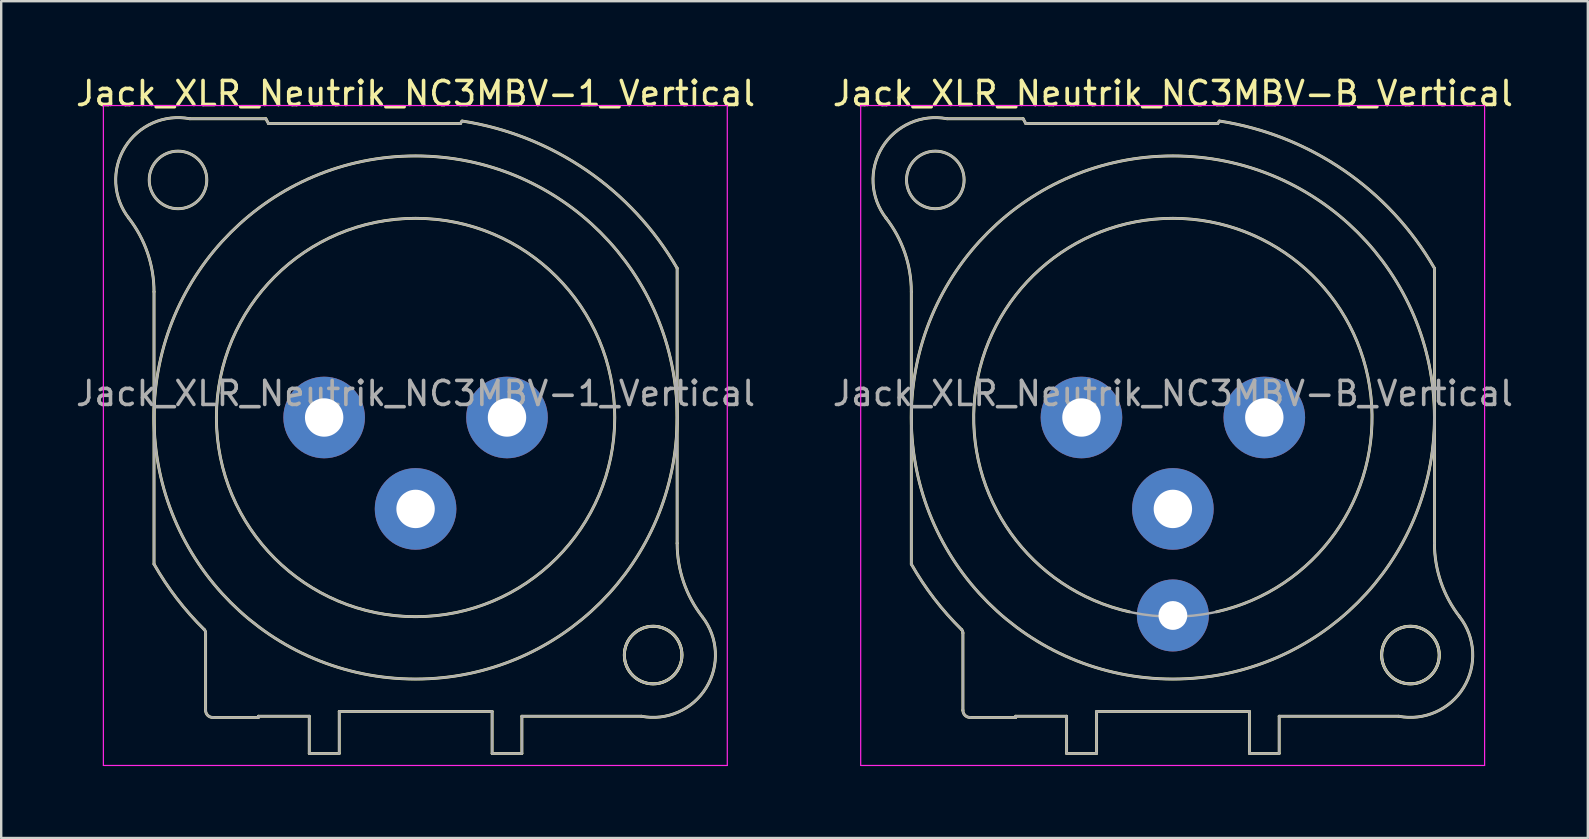
<source format=kicad_pcb>
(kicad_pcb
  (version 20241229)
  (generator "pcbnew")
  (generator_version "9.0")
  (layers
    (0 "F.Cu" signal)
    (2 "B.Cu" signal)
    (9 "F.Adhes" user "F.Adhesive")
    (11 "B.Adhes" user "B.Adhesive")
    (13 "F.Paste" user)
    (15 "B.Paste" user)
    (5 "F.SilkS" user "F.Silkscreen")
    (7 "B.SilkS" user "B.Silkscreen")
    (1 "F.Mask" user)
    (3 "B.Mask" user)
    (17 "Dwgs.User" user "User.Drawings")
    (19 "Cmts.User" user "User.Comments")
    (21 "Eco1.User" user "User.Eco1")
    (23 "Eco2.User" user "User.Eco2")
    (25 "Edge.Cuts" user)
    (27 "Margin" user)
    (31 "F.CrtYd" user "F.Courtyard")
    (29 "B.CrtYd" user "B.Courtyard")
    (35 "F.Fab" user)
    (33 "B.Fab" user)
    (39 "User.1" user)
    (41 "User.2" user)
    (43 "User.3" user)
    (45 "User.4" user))
  (footprint "Jack_XLR_Neutrik_NC3MBV-1_Vertical"
    (layer "F.Cu")
    (at 10.458 14.348)
    (property "Reference" "Jack_XLR_Neutrik_NC3MBV-1_Vertical" (at 3.81 -13.5 0) (layer "F.SilkS") (effects (font (size 1 1) (thickness 0.15))))
    (attr through_hole)
    (fp_line (start -7.09 -5.24) (end -7.09 6.11) (stroke (width 0.12) (type solid)) (layer "F.SilkS"))
    (fp_line (start -4.94 12.2) (end -4.94 8.98) (stroke (width 0.12) (type solid)) (layer "F.SilkS"))
    (fp_line (start -4.64 12.5) (end -2.74 12.5) (stroke (width 0.12) (type solid)) (layer "F.SilkS"))
    (fp_line (start -2.74 12.45) (end -0.62 12.45) (stroke (width 0.12) (type solid)) (layer "F.SilkS"))
    (fp_line (start -2.74 12.5) (end -2.74 12.45) (stroke (width 0.12) (type solid)) (layer "F.SilkS"))
    (fp_line (start -2.43 -12.45) (end -5.6 -12.45) (stroke (width 0.12) (type solid)) (layer "F.SilkS"))
    (fp_line (start -2.32 -12.25) (end -2.43 -12.45) (stroke (width 0.12) (type solid)) (layer "F.SilkS"))
    (fp_line (start -0.62 12.45) (end -0.62 14) (stroke (width 0.12) (type solid)) (layer "F.SilkS"))
    (fp_line (start 0.63 12.25) (end 0.63 14) (stroke (width 0.12) (type solid)) (layer "F.SilkS"))
    (fp_line (start 0.63 12.25) (end 7 12.25) (stroke (width 0.12) (type solid)) (layer "F.SilkS"))
    (fp_line (start 0.63 14) (end -0.62 14) (stroke (width 0.12) (type solid)) (layer "F.SilkS"))
    (fp_line (start 5.68 -12.25) (end -2.32 -12.25) (stroke (width 0.12) (type solid)) (layer "F.SilkS"))
    (fp_line (start 5.74 -12.35) (end 5.68 -12.25) (stroke (width 0.12) (type solid)) (layer "F.SilkS"))
    (fp_line (start 7 12.25) (end 7 14) (stroke (width 0.12) (type solid)) (layer "F.SilkS"))
    (fp_line (start 8.24 12.45) (end 8.24 14) (stroke (width 0.12) (type solid)) (layer "F.SilkS"))
    (fp_line (start 8.24 12.45) (end 13.22 12.45) (stroke (width 0.12) (type solid)) (layer "F.SilkS"))
    (fp_line (start 8.24 14) (end 7 14) (stroke (width 0.12) (type solid)) (layer "F.SilkS"))
    (fp_line (start 14.71 5.24) (end 14.71 -6.22) (stroke (width 0.12) (type solid)) (layer "F.SilkS"))
    (fp_arc (start -8.14458 -8.311426) (mid -7.360989 -6.863715) (end -7.09 -5.24) (stroke (width 0.12) (type solid)) (layer "F.SilkS"))
    (fp_arc (start -8.141124 -8.307677) (mid -8.303366 -11.257798) (end -5.6 -12.45) (stroke (width 0.12) (type solid)) (layer "F.SilkS"))
    (fp_arc (start -4.999944 8.832139) (mid -4.954594 8.899835) (end -4.94 8.98) (stroke (width 0.12) (type solid)) (layer "F.SilkS"))
    (fp_arc (start -4.999718 8.833849) (mid -6.1389 7.544091) (end -7.09 6.11) (stroke (width 0.12) (type solid)) (layer "F.SilkS"))
    (fp_arc (start -4.64 12.5) (mid -4.852132 12.412132) (end -4.94 12.2) (stroke (width 0.12) (type solid)) (layer "F.SilkS"))
    (fp_arc (start 5.753207 -12.354269) (mid 10.928439 -10.304601) (end 14.71 -6.22) (stroke (width 0.12) (type solid)) (layer "F.SilkS"))
    (fp_arc (start 15.761124 8.307677) (mid 15.923366 11.257798) (end 13.22 12.45) (stroke (width 0.12) (type solid)) (layer "F.SilkS"))
    (fp_arc (start 15.76458 8.311426) (mid 14.980989 6.863715) (end 14.71 5.24) (stroke (width 0.12) (type solid)) (layer "F.SilkS"))
    (fp_circle (center -6.09 -9.9) (end -4.89 -9.9) (stroke (width 0.12) (type solid)) (fill no) (layer "F.SilkS"))
    (fp_circle (center 3.81 0) (end 12.11 0) (stroke (width 0.12) (type solid)) (fill no) (layer "F.SilkS"))
    (fp_circle (center 3.81 0) (end 14.71 0) (stroke (width 0.12) (type solid)) (fill no) (layer "F.SilkS"))
    (fp_circle (center 13.71 9.9) (end 14.91 9.9) (stroke (width 0.12) (type solid)) (fill no) (layer "F.SilkS"))
    (fp_circle (center 13.71 9.9) (end 14.91 9.9) (stroke (width 0.12) (type solid)) (fill no) (layer "F.SilkS"))
    (fp_line (start -9.2 -13) (end 16.8 -13) (stroke (width 0.05) (type solid)) (layer "F.CrtYd"))
    (fp_line (start -9.2 14.5) (end -9.2 -13) (stroke (width 0.05) (type solid)) (layer "F.CrtYd"))
    (fp_line (start 16.8 -13) (end 16.8 14.5) (stroke (width 0.05) (type solid)) (layer "F.CrtYd"))
    (fp_line (start 16.8 14.5) (end -9.2 14.5) (stroke (width 0.05) (type solid)) (layer "F.CrtYd"))
    (fp_line (start -7.09 -5.24) (end -7.09 6.11) (stroke (width 0.1) (type solid)) (layer "F.Fab"))
    (fp_line (start -4.94 12.2) (end -4.94 8.98) (stroke (width 0.1) (type solid)) (layer "F.Fab"))
    (fp_line (start -4.64 12.5) (end -2.74 12.5) (stroke (width 0.1) (type solid)) (layer "F.Fab"))
    (fp_line (start -2.74 12.45) (end -0.62 12.45) (stroke (width 0.1) (type solid)) (layer "F.Fab"))
    (fp_line (start -2.74 12.5) (end -2.74 12.45) (stroke (width 0.1) (type solid)) (layer "F.Fab"))
    (fp_line (start -2.43 -12.45) (end -5.6 -12.45) (stroke (width 0.1) (type solid)) (layer "F.Fab"))
    (fp_line (start -2.32 -12.25) (end -2.43 -12.45) (stroke (width 0.1) (type solid)) (layer "F.Fab"))
    (fp_line (start -0.62 12.45) (end -0.62 14) (stroke (width 0.1) (type solid)) (layer "F.Fab"))
    (fp_line (start 0.63 12.25) (end 0.63 14) (stroke (width 0.1) (type solid)) (layer "F.Fab"))
    (fp_line (start 0.63 12.25) (end 7 12.25) (stroke (width 0.1) (type solid)) (layer "F.Fab"))
    (fp_line (start 0.63 14) (end -0.62 14) (stroke (width 0.1) (type solid)) (layer "F.Fab"))
    (fp_line (start 5.68 -12.25) (end -2.32 -12.25) (stroke (width 0.1) (type solid)) (layer "F.Fab"))
    (fp_line (start 5.74 -12.35) (end 5.68 -12.25) (stroke (width 0.1) (type solid)) (layer "F.Fab"))
    (fp_line (start 7 12.25) (end 7 14) (stroke (width 0.1) (type solid)) (layer "F.Fab"))
    (fp_line (start 8.24 12.45) (end 8.24 14) (stroke (width 0.1) (type solid)) (layer "F.Fab"))
    (fp_line (start 8.24 12.45) (end 13.22 12.45) (stroke (width 0.1) (type solid)) (layer "F.Fab"))
    (fp_line (start 8.24 14) (end 7 14) (stroke (width 0.1) (type solid)) (layer "F.Fab"))
    (fp_line (start 14.71 5.24) (end 14.71 -6.22) (stroke (width 0.1) (type solid)) (layer "F.Fab"))
    (fp_arc (start -8.14458 -8.311426) (mid -7.360989 -6.863715) (end -7.09 -5.24) (stroke (width 0.1) (type solid)) (layer "F.Fab"))
    (fp_arc (start -8.141124 -8.307677) (mid -8.303366 -11.257798) (end -5.6 -12.45) (stroke (width 0.1) (type solid)) (layer "F.Fab"))
    (fp_arc (start -4.999944 8.832139) (mid -4.954594 8.899835) (end -4.94 8.98) (stroke (width 0.1) (type solid)) (layer "F.Fab"))
    (fp_arc (start -4.999718 8.833849) (mid -6.1389 7.544091) (end -7.09 6.11) (stroke (width 0.1) (type solid)) (layer "F.Fab"))
    (fp_arc (start -4.64 12.5) (mid -4.852132 12.412132) (end -4.94 12.2) (stroke (width 0.1) (type solid)) (layer "F.Fab"))
    (fp_arc (start 5.753207 -12.354269) (mid 10.928439 -10.304601) (end 14.71 -6.22) (stroke (width 0.1) (type solid)) (layer "F.Fab"))
    (fp_arc (start 15.761124 8.307677) (mid 15.923366 11.257798) (end 13.22 12.45) (stroke (width 0.1) (type solid)) (layer "F.Fab"))
    (fp_arc (start 15.76458 8.311426) (mid 14.980989 6.863715) (end 14.71 5.24) (stroke (width 0.1) (type solid)) (layer "F.Fab"))
    (fp_circle (center -6.09 -9.9) (end -4.89 -9.9) (stroke (width 0.1) (type solid)) (fill no) (layer "F.Fab"))
    (fp_circle (center 3.81 0) (end 12.11 0) (stroke (width 0.1) (type solid)) (fill no) (layer "F.Fab"))
    (fp_circle (center 3.81 0) (end 14.71 0) (stroke (width 0.1) (type solid)) (fill no) (layer "F.Fab"))
    (fp_circle (center 13.71 9.9) (end 14.91 9.9) (stroke (width 0.1) (type solid)) (fill no) (layer "F.Fab"))
    (fp_text user "${REFERENCE}" (at 3.81 -1 0) (layer "F.Fab") (effects (font (size 1 1) (thickness 0.15))))
    (pad "1" thru_hole circle (at 0 0) (size 3.4 3.4) (drill 1.6) (layers "*.Cu" "*.Mask"))
    (pad "2" thru_hole circle (at 7.62 0) (size 3.4 3.4) (drill 1.6) (layers "*.Cu" "*.Mask"))
    (pad "3" thru_hole circle (at 3.81 3.81) (size 3.4 3.4) (drill 1.6) (layers "*.Cu" "*.Mask")))
  (footprint "Jack_XLR_Neutrik_NC3MBV-B_Vertical"
    (layer "F.Cu")
    (at 42.017 14.348)
    (property "Reference" "Jack_XLR_Neutrik_NC3MBV-B_Vertical" (at 3.81 -13.5 0) (layer "F.SilkS") (effects (font (size 1 1) (thickness 0.15))))
    (attr through_hole)
    (fp_line (start -7.09 -5.24) (end -7.09 6.11) (stroke (width 0.12) (type solid)) (layer "F.SilkS"))
    (fp_line (start -4.94 12.2) (end -4.94 8.98) (stroke (width 0.12) (type solid)) (layer "F.SilkS"))
    (fp_line (start -4.64 12.5) (end -2.74 12.5) (stroke (width 0.12) (type solid)) (layer "F.SilkS"))
    (fp_line (start -2.74 12.45) (end -0.62 12.45) (stroke (width 0.12) (type solid)) (layer "F.SilkS"))
    (fp_line (start -2.74 12.5) (end -2.74 12.45) (stroke (width 0.12) (type solid)) (layer "F.SilkS"))
    (fp_line (start -2.43 -12.45) (end -5.6 -12.45) (stroke (width 0.12) (type solid)) (layer "F.SilkS"))
    (fp_line (start -2.32 -12.25) (end -2.43 -12.45) (stroke (width 0.12) (type solid)) (layer "F.SilkS"))
    (fp_line (start -0.62 12.45) (end -0.62 14) (stroke (width 0.12) (type solid)) (layer "F.SilkS"))
    (fp_line (start 0.63 12.25) (end 0.63 14) (stroke (width 0.12) (type solid)) (layer "F.SilkS"))
    (fp_line (start 0.63 12.25) (end 7 12.25) (stroke (width 0.12) (type solid)) (layer "F.SilkS"))
    (fp_line (start 0.63 14) (end -0.62 14) (stroke (width 0.12) (type solid)) (layer "F.SilkS"))
    (fp_line (start 5.68 -12.25) (end -2.32 -12.25) (stroke (width 0.12) (type solid)) (layer "F.SilkS"))
    (fp_line (start 5.74 -12.35) (end 5.68 -12.25) (stroke (width 0.12) (type solid)) (layer "F.SilkS"))
    (fp_line (start 7 12.25) (end 7 14) (stroke (width 0.12) (type solid)) (layer "F.SilkS"))
    (fp_line (start 8.24 12.45) (end 8.24 14) (stroke (width 0.12) (type solid)) (layer "F.SilkS"))
    (fp_line (start 8.24 12.45) (end 13.22 12.45) (stroke (width 0.12) (type solid)) (layer "F.SilkS"))
    (fp_line (start 8.24 14) (end 7 14) (stroke (width 0.12) (type solid)) (layer "F.SilkS"))
    (fp_line (start 14.71 5.24) (end 14.71 -6.22) (stroke (width 0.12) (type solid)) (layer "F.SilkS"))
    (fp_arc (start -8.14458 -8.311426) (mid -7.360989 -6.863715) (end -7.09 -5.24) (stroke (width 0.12) (type solid)) (layer "F.SilkS"))
    (fp_arc (start -8.141124 -8.307677) (mid -8.303366 -11.257798) (end -5.6 -12.45) (stroke (width 0.12) (type solid)) (layer "F.SilkS"))
    (fp_arc (start -4.999944 8.832139) (mid -4.954594 8.899835) (end -4.94 8.98) (stroke (width 0.12) (type solid)) (layer "F.SilkS"))
    (fp_arc (start -4.999718 8.833849) (mid -6.1389 7.544091) (end -7.09 6.11) (stroke (width 0.12) (type solid)) (layer "F.SilkS"))
    (fp_arc (start -4.64 12.5) (mid -4.852132 12.412132) (end -4.94 12.2) (stroke (width 0.12) (type solid)) (layer "F.SilkS"))
    (fp_arc (start 2 8.1) (mid 3.809449 -8.299765) (end 5.621075 8.09976) (stroke (width 0.12) (type solid)) (layer "F.SilkS"))
    (fp_arc (start 5.753207 -12.354269) (mid 10.928439 -10.304601) (end 14.71 -6.22) (stroke (width 0.12) (type solid)) (layer "F.SilkS"))
    (fp_arc (start 15.761124 8.307677) (mid 15.923366 11.257798) (end 13.22 12.45) (stroke (width 0.12) (type solid)) (layer "F.SilkS"))
    (fp_arc (start 15.76458 8.311426) (mid 14.980989 6.863715) (end 14.71 5.24) (stroke (width 0.12) (type solid)) (layer "F.SilkS"))
    (fp_circle (center -6.09 -9.9) (end -4.89 -9.9) (stroke (width 0.12) (type solid)) (fill no) (layer "F.SilkS"))
    (fp_circle (center 3.81 0) (end 14.71 0) (stroke (width 0.12) (type solid)) (fill no) (layer "F.SilkS"))
    (fp_circle (center 13.71 9.9) (end 14.91 9.9) (stroke (width 0.12) (type solid)) (fill no) (layer "F.SilkS"))
    (fp_circle (center 13.71 9.9) (end 14.91 9.9) (stroke (width 0.12) (type solid)) (fill no) (layer "F.SilkS"))
    (fp_line (start -9.2 -13) (end 16.8 -13) (stroke (width 0.05) (type solid)) (layer "F.CrtYd"))
    (fp_line (start -9.2 14.5) (end -9.2 -13) (stroke (width 0.05) (type solid)) (layer "F.CrtYd"))
    (fp_line (start 16.8 -13) (end 16.8 14.5) (stroke (width 0.05) (type solid)) (layer "F.CrtYd"))
    (fp_line (start 16.8 14.5) (end -9.2 14.5) (stroke (width 0.05) (type solid)) (layer "F.CrtYd"))
    (fp_line (start -7.09 -5.24) (end -7.09 6.11) (stroke (width 0.1) (type solid)) (layer "F.Fab"))
    (fp_line (start -4.94 12.2) (end -4.94 8.98) (stroke (width 0.1) (type solid)) (layer "F.Fab"))
    (fp_line (start -4.64 12.5) (end -2.74 12.5) (stroke (width 0.1) (type solid)) (layer "F.Fab"))
    (fp_line (start -2.74 12.45) (end -0.62 12.45) (stroke (width 0.1) (type solid)) (layer "F.Fab"))
    (fp_line (start -2.74 12.5) (end -2.74 12.45) (stroke (width 0.1) (type solid)) (layer "F.Fab"))
    (fp_line (start -2.43 -12.45) (end -5.6 -12.45) (stroke (width 0.1) (type solid)) (layer "F.Fab"))
    (fp_line (start -2.32 -12.25) (end -2.43 -12.45) (stroke (width 0.1) (type solid)) (layer "F.Fab"))
    (fp_line (start -0.62 12.45) (end -0.62 14) (stroke (width 0.1) (type solid)) (layer "F.Fab"))
    (fp_line (start 0.63 12.25) (end 0.63 14) (stroke (width 0.1) (type solid)) (layer "F.Fab"))
    (fp_line (start 0.63 12.25) (end 7 12.25) (stroke (width 0.1) (type solid)) (layer "F.Fab"))
    (fp_line (start 0.63 14) (end -0.62 14) (stroke (width 0.1) (type solid)) (layer "F.Fab"))
    (fp_line (start 5.68 -12.25) (end -2.32 -12.25) (stroke (width 0.1) (type solid)) (layer "F.Fab"))
    (fp_line (start 5.74 -12.35) (end 5.68 -12.25) (stroke (width 0.1) (type solid)) (layer "F.Fab"))
    (fp_line (start 7 12.25) (end 7 14) (stroke (width 0.1) (type solid)) (layer "F.Fab"))
    (fp_line (start 8.24 12.45) (end 8.24 14) (stroke (width 0.1) (type solid)) (layer "F.Fab"))
    (fp_line (start 8.24 12.45) (end 13.22 12.45) (stroke (width 0.1) (type solid)) (layer "F.Fab"))
    (fp_line (start 8.24 14) (end 7 14) (stroke (width 0.1) (type solid)) (layer "F.Fab"))
    (fp_line (start 14.71 5.24) (end 14.71 -6.22) (stroke (width 0.1) (type solid)) (layer "F.Fab"))
    (fp_arc (start -8.14458 -8.311426) (mid -7.360989 -6.863715) (end -7.09 -5.24) (stroke (width 0.1) (type solid)) (layer "F.Fab"))
    (fp_arc (start -8.141124 -8.307677) (mid -8.303366 -11.257798) (end -5.6 -12.45) (stroke (width 0.1) (type solid)) (layer "F.Fab"))
    (fp_arc (start -4.999944 8.832139) (mid -4.954594 8.899835) (end -4.94 8.98) (stroke (width 0.1) (type solid)) (layer "F.Fab"))
    (fp_arc (start -4.999718 8.833849) (mid -6.1389 7.544091) (end -7.09 6.11) (stroke (width 0.1) (type solid)) (layer "F.Fab"))
    (fp_arc (start -4.64 12.5) (mid -4.852132 12.412132) (end -4.94 12.2) (stroke (width 0.1) (type solid)) (layer "F.Fab"))
    (fp_arc (start 5.753207 -12.354269) (mid 10.928439 -10.304601) (end 14.71 -6.22) (stroke (width 0.1) (type solid)) (layer "F.Fab"))
    (fp_arc (start 15.761124 8.307677) (mid 15.923366 11.257798) (end 13.22 12.45) (stroke (width 0.1) (type solid)) (layer "F.Fab"))
    (fp_arc (start 15.76458 8.311426) (mid 14.980989 6.863715) (end 14.71 5.24) (stroke (width 0.1) (type solid)) (layer "F.Fab"))
    (fp_circle (center -6.09 -9.9) (end -4.89 -9.9) (stroke (width 0.1) (type solid)) (fill no) (layer "F.Fab"))
    (fp_circle (center 3.81 0) (end 12.11 0) (stroke (width 0.1) (type solid)) (fill no) (layer "F.Fab"))
    (fp_circle (center 3.81 0) (end 14.71 0) (stroke (width 0.1) (type solid)) (fill no) (layer "F.Fab"))
    (fp_circle (center 13.71 9.9) (end 14.91 9.9) (stroke (width 0.1) (type solid)) (fill no) (layer "F.Fab"))
    (fp_text user "${REFERENCE}" (at 3.81 -1 0) (layer "F.Fab") (effects (font (size 1 1) (thickness 0.15))))
    (pad "1" thru_hole circle (at 0 0) (size 3.4 3.4) (drill 1.6) (layers "*.Cu" "*.Mask"))
    (pad "2" thru_hole circle (at 7.62 0) (size 3.4 3.4) (drill 1.6) (layers "*.Cu" "*.Mask"))
    (pad "3" thru_hole circle (at 3.81 3.81) (size 3.4 3.4) (drill 1.6) (layers "*.Cu" "*.Mask"))
    (pad "G" thru_hole circle (at 3.81 8.25) (size 3 3) (drill 1.2) (layers "*.Cu" "*.Mask")))
  (gr_rect
    (start -3 -3)
    (end 63.119 31.873)
    (stroke (width 0.1) (type default))
    (fill no)
    (layer "Edge.Cuts")))
</source>
